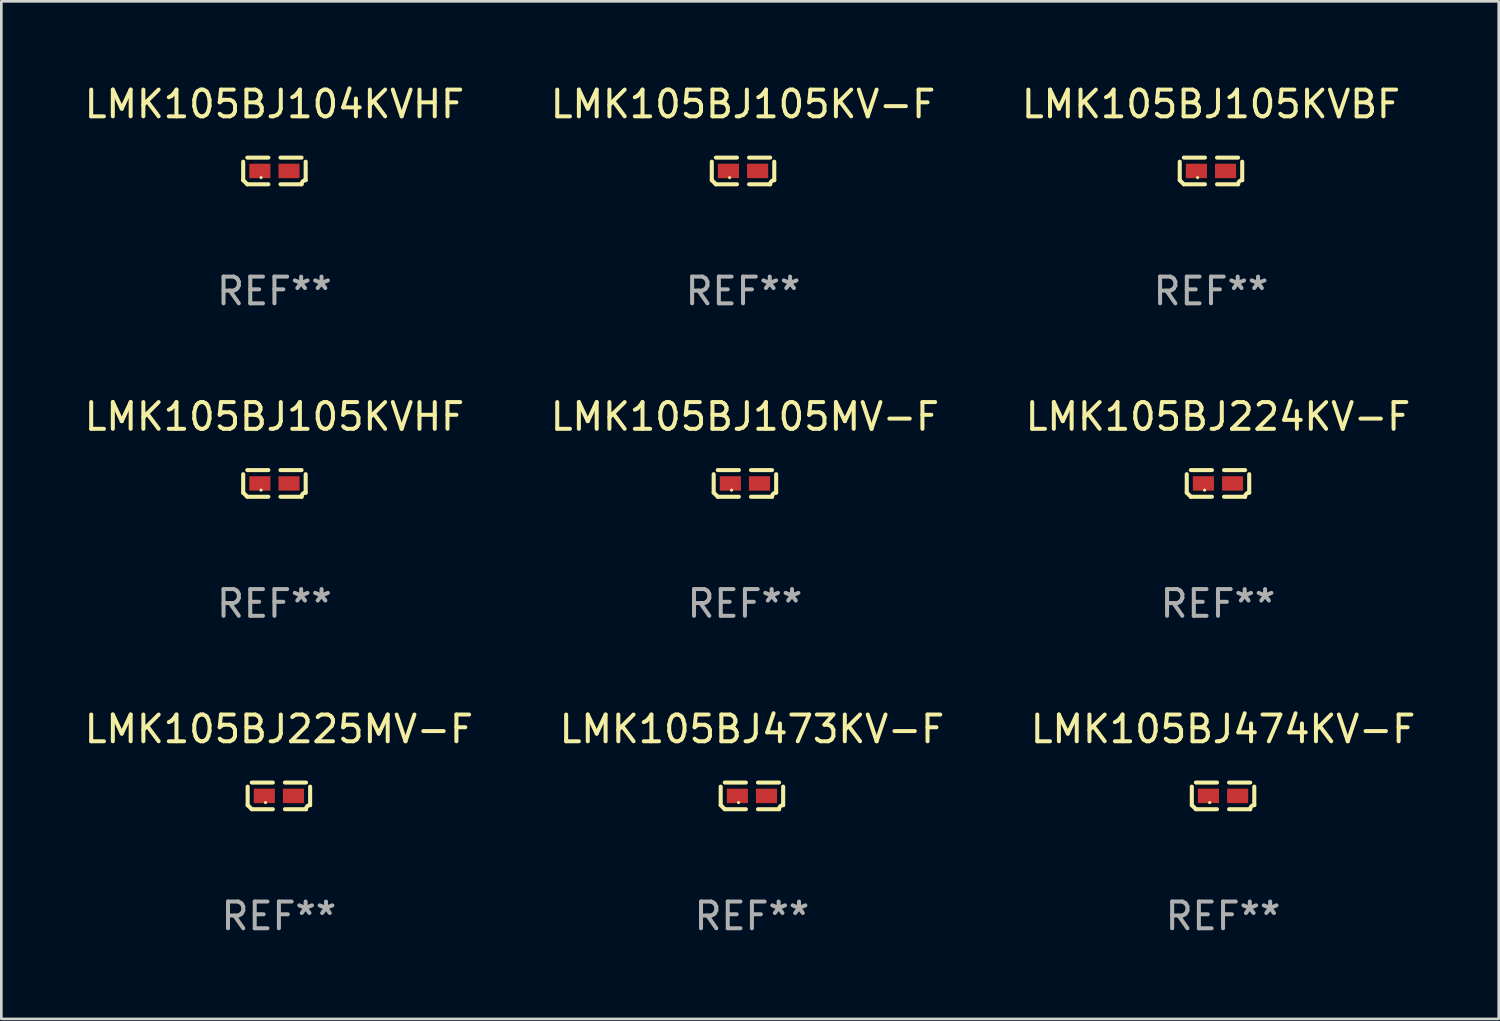
<source format=kicad_pcb>
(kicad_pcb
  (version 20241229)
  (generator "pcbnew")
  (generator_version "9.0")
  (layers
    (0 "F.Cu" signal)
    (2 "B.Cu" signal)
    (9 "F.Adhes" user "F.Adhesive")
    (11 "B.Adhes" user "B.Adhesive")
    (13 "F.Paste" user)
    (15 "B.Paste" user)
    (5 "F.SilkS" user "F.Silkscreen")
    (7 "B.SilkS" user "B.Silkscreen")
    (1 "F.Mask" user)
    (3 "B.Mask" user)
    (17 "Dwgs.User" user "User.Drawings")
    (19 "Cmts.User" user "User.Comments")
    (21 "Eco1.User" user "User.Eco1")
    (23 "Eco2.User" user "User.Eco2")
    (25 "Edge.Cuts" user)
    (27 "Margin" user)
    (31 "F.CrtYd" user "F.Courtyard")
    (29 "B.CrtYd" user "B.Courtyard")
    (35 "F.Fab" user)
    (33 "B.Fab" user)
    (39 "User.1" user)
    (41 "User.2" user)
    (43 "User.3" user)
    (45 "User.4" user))
  (footprint "LMK105BJ105KVBF"
    (layer "F.Cu")
    (at 42.268 3.347)
    (property "Reference" "LMK105BJ105KVBF" (at 0 -2.499 0) (layer "F.SilkS") (effects (font (size 1 1) (thickness 0.15))))
    (attr through_hole)
    (fp_line (start -1.169 0.346) (end -1.169 -0.346) (stroke (width 0.152) (type solid)) (layer "F.SilkS"))
    (fp_line (start -1.016 -0.499) (end -0.226 -0.499) (stroke (width 0.152) (type solid)) (layer "F.SilkS"))
    (fp_line (start -0.226 0.499) (end -1.016 0.499) (stroke (width 0.152) (type solid)) (layer "F.SilkS"))
    (fp_line (start 0.226 0.499) (end 1.016 0.499) (stroke (width 0.152) (type solid)) (layer "F.SilkS"))
    (fp_line (start 1.016 -0.499) (end 0.226 -0.499) (stroke (width 0.152) (type solid)) (layer "F.SilkS"))
    (fp_line (start 1.169 0.346) (end 1.169 -0.346) (stroke (width 0.152) (type solid)) (layer "F.SilkS"))
    (fp_arc (start -1.016307 0.498603) (mid -1.092512 0.422405) (end -1.16871 0.3462) (stroke (width 0.1524) (type solid)) (layer "F.SilkS"))
    (fp_arc (start 1.016307 0.498603) (mid 1.060899 0.390758) (end 1.168707 0.346076) (stroke (width 0.1524) (type solid)) (layer "F.SilkS"))
    (fp_circle (center -0.5 0.25) (end -0.47 0.25) (stroke (width 0.06) (type solid)) (fill no) (layer "F.SilkS"))
    (fp_text user "REF**" (at 0 4.499 0) (layer "F.Fab") (effects (font (size 1 1) (thickness 0.15))))
    (pad "1" smd rect (at -0.545 0) (size 0.79 0.54) (layers "F.Cu" "F.Mask" "F.Paste"))
    (pad "2" smd rect (at 0.545 0) (size 0.79 0.54) (layers "F.Cu" "F.Mask" "F.Paste")))
  (footprint "LMK105BJ473KV-F"
    (layer "F.Cu")
    (at 25.089 26.734)
    (property "Reference" "LMK105BJ473KV-F" (at 0 -2.499 0) (layer "F.SilkS") (effects (font (size 1 1) (thickness 0.15))))
    (attr through_hole)
    (fp_line (start -1.169 0.346) (end -1.169 -0.346) (stroke (width 0.152) (type solid)) (layer "F.SilkS"))
    (fp_line (start -1.016 -0.499) (end -0.226 -0.499) (stroke (width 0.152) (type solid)) (layer "F.SilkS"))
    (fp_line (start -0.226 0.499) (end -1.016 0.499) (stroke (width 0.152) (type solid)) (layer "F.SilkS"))
    (fp_line (start 0.226 0.499) (end 1.016 0.499) (stroke (width 0.152) (type solid)) (layer "F.SilkS"))
    (fp_line (start 1.016 -0.499) (end 0.226 -0.499) (stroke (width 0.152) (type solid)) (layer "F.SilkS"))
    (fp_line (start 1.169 0.346) (end 1.169 -0.346) (stroke (width 0.152) (type solid)) (layer "F.SilkS"))
    (fp_arc (start -1.016307 0.498603) (mid -1.092512 0.422405) (end -1.16871 0.3462) (stroke (width 0.1524) (type solid)) (layer "F.SilkS"))
    (fp_arc (start 1.016307 0.498603) (mid 1.060899 0.390758) (end 1.168707 0.346076) (stroke (width 0.1524) (type solid)) (layer "F.SilkS"))
    (fp_circle (center -0.5 0.25) (end -0.47 0.25) (stroke (width 0.06) (type solid)) (fill no) (layer "F.SilkS"))
    (fp_text user "REF**" (at 0 4.499 0) (layer "F.Fab") (effects (font (size 1 1) (thickness 0.15))))
    (pad "1" smd rect (at -0.545 0) (size 0.79 0.54) (layers "F.Cu" "F.Mask" "F.Paste"))
    (pad "2" smd rect (at 0.545 0) (size 0.79 0.54) (layers "F.Cu" "F.Mask" "F.Paste")))
  (footprint "LMK105BJ224KV-F"
    (layer "F.Cu")
    (at 42.53 15.041)
    (property "Reference" "LMK105BJ224KV-F" (at 0 -2.499 0) (layer "F.SilkS") (effects (font (size 1 1) (thickness 0.15))))
    (attr through_hole)
    (fp_line (start -1.169 0.346) (end -1.169 -0.346) (stroke (width 0.152) (type solid)) (layer "F.SilkS"))
    (fp_line (start -1.016 -0.499) (end -0.226 -0.499) (stroke (width 0.152) (type solid)) (layer "F.SilkS"))
    (fp_line (start -0.226 0.499) (end -1.016 0.499) (stroke (width 0.152) (type solid)) (layer "F.SilkS"))
    (fp_line (start 0.226 0.499) (end 1.016 0.499) (stroke (width 0.152) (type solid)) (layer "F.SilkS"))
    (fp_line (start 1.016 -0.499) (end 0.226 -0.499) (stroke (width 0.152) (type solid)) (layer "F.SilkS"))
    (fp_line (start 1.169 0.346) (end 1.169 -0.346) (stroke (width 0.152) (type solid)) (layer "F.SilkS"))
    (fp_arc (start -1.016307 0.498603) (mid -1.092512 0.422405) (end -1.16871 0.3462) (stroke (width 0.1524) (type solid)) (layer "F.SilkS"))
    (fp_arc (start 1.016307 0.498603) (mid 1.060899 0.390758) (end 1.168707 0.346076) (stroke (width 0.1524) (type solid)) (layer "F.SilkS"))
    (fp_circle (center -0.5 0.25) (end -0.47 0.25) (stroke (width 0.06) (type solid)) (fill no) (layer "F.SilkS"))
    (fp_text user "REF**" (at 0 4.499 0) (layer "F.Fab") (effects (font (size 1 1) (thickness 0.15))))
    (pad "1" smd rect (at -0.545 0) (size 0.79 0.54) (layers "F.Cu" "F.Mask" "F.Paste"))
    (pad "2" smd rect (at 0.545 0) (size 0.79 0.54) (layers "F.Cu" "F.Mask" "F.Paste")))
  (footprint "LMK105BJ105KV-F"
    (layer "F.Cu")
    (at 24.756 3.347)
    (property "Reference" "LMK105BJ105KV-F" (at 0 -2.499 0) (layer "F.SilkS") (effects (font (size 1 1) (thickness 0.15))))
    (attr through_hole)
    (fp_line (start -1.169 0.346) (end -1.169 -0.346) (stroke (width 0.152) (type solid)) (layer "F.SilkS"))
    (fp_line (start -1.016 -0.499) (end -0.226 -0.499) (stroke (width 0.152) (type solid)) (layer "F.SilkS"))
    (fp_line (start -0.226 0.499) (end -1.016 0.499) (stroke (width 0.152) (type solid)) (layer "F.SilkS"))
    (fp_line (start 0.226 0.499) (end 1.016 0.499) (stroke (width 0.152) (type solid)) (layer "F.SilkS"))
    (fp_line (start 1.016 -0.499) (end 0.226 -0.499) (stroke (width 0.152) (type solid)) (layer "F.SilkS"))
    (fp_line (start 1.169 0.346) (end 1.169 -0.346) (stroke (width 0.152) (type solid)) (layer "F.SilkS"))
    (fp_arc (start -1.016307 0.498603) (mid -1.092512 0.422405) (end -1.16871 0.3462) (stroke (width 0.1524) (type solid)) (layer "F.SilkS"))
    (fp_arc (start 1.016307 0.498603) (mid 1.060899 0.390758) (end 1.168707 0.346076) (stroke (width 0.1524) (type solid)) (layer "F.SilkS"))
    (fp_circle (center -0.5 0.25) (end -0.47 0.25) (stroke (width 0.06) (type solid)) (fill no) (layer "F.SilkS"))
    (fp_text user "REF**" (at 0 4.499 0) (layer "F.Fab") (effects (font (size 1 1) (thickness 0.15))))
    (pad "1" smd rect (at -0.545 0) (size 0.79 0.54) (layers "F.Cu" "F.Mask" "F.Paste"))
    (pad "2" smd rect (at 0.545 0) (size 0.79 0.54) (layers "F.Cu" "F.Mask" "F.Paste")))
  (footprint "LMK105BJ225MV-F"
    (layer "F.Cu")
    (at 7.387 26.734)
    (property "Reference" "LMK105BJ225MV-F" (at 0 -2.499 0) (layer "F.SilkS") (effects (font (size 1 1) (thickness 0.15))))
    (attr through_hole)
    (fp_line (start -1.169 0.346) (end -1.169 -0.346) (stroke (width 0.152) (type solid)) (layer "F.SilkS"))
    (fp_line (start -1.016 -0.499) (end -0.226 -0.499) (stroke (width 0.152) (type solid)) (layer "F.SilkS"))
    (fp_line (start -0.226 0.499) (end -1.016 0.499) (stroke (width 0.152) (type solid)) (layer "F.SilkS"))
    (fp_line (start 0.226 0.499) (end 1.016 0.499) (stroke (width 0.152) (type solid)) (layer "F.SilkS"))
    (fp_line (start 1.016 -0.499) (end 0.226 -0.499) (stroke (width 0.152) (type solid)) (layer "F.SilkS"))
    (fp_line (start 1.169 0.346) (end 1.169 -0.346) (stroke (width 0.152) (type solid)) (layer "F.SilkS"))
    (fp_arc (start -1.016307 0.498603) (mid -1.092512 0.422405) (end -1.16871 0.3462) (stroke (width 0.1524) (type solid)) (layer "F.SilkS"))
    (fp_arc (start 1.016307 0.498603) (mid 1.060899 0.390758) (end 1.168707 0.346076) (stroke (width 0.1524) (type solid)) (layer "F.SilkS"))
    (fp_circle (center -0.5 0.25) (end -0.47 0.25) (stroke (width 0.06) (type solid)) (fill no) (layer "F.SilkS"))
    (fp_text user "REF**" (at 0 4.499 0) (layer "F.Fab") (effects (font (size 1 1) (thickness 0.15))))
    (pad "1" smd rect (at -0.545 0) (size 0.79 0.54) (layers "F.Cu" "F.Mask" "F.Paste"))
    (pad "2" smd rect (at 0.545 0) (size 0.79 0.54) (layers "F.Cu" "F.Mask" "F.Paste")))
  (footprint "LMK105BJ105MV-F"
    (layer "F.Cu")
    (at 24.827 15.041)
    (property "Reference" "LMK105BJ105MV-F" (at 0 -2.499 0) (layer "F.SilkS") (effects (font (size 1 1) (thickness 0.15))))
    (attr through_hole)
    (fp_line (start -1.169 0.346) (end -1.169 -0.346) (stroke (width 0.152) (type solid)) (layer "F.SilkS"))
    (fp_line (start -1.016 -0.499) (end -0.226 -0.499) (stroke (width 0.152) (type solid)) (layer "F.SilkS"))
    (fp_line (start -0.226 0.499) (end -1.016 0.499) (stroke (width 0.152) (type solid)) (layer "F.SilkS"))
    (fp_line (start 0.226 0.499) (end 1.016 0.499) (stroke (width 0.152) (type solid)) (layer "F.SilkS"))
    (fp_line (start 1.016 -0.499) (end 0.226 -0.499) (stroke (width 0.152) (type solid)) (layer "F.SilkS"))
    (fp_line (start 1.169 0.346) (end 1.169 -0.346) (stroke (width 0.152) (type solid)) (layer "F.SilkS"))
    (fp_arc (start -1.016307 0.498603) (mid -1.092512 0.422405) (end -1.16871 0.3462) (stroke (width 0.1524) (type solid)) (layer "F.SilkS"))
    (fp_arc (start 1.016307 0.498603) (mid 1.060899 0.390758) (end 1.168707 0.346076) (stroke (width 0.1524) (type solid)) (layer "F.SilkS"))
    (fp_circle (center -0.5 0.25) (end -0.47 0.25) (stroke (width 0.06) (type solid)) (fill no) (layer "F.SilkS"))
    (fp_text user "REF**" (at 0 4.499 0) (layer "F.Fab") (effects (font (size 1 1) (thickness 0.15))))
    (pad "1" smd rect (at -0.545 0) (size 0.79 0.54) (layers "F.Cu" "F.Mask" "F.Paste"))
    (pad "2" smd rect (at 0.545 0) (size 0.79 0.54) (layers "F.Cu" "F.Mask" "F.Paste")))
  (footprint "LMK105BJ105KVHF"
    (layer "F.Cu")
    (at 7.22 15.041)
    (property "Reference" "LMK105BJ105KVHF" (at 0 -2.499 0) (layer "F.SilkS") (effects (font (size 1 1) (thickness 0.15))))
    (attr through_hole)
    (fp_line (start -1.169 0.346) (end -1.169 -0.346) (stroke (width 0.152) (type solid)) (layer "F.SilkS"))
    (fp_line (start -1.016 -0.499) (end -0.226 -0.499) (stroke (width 0.152) (type solid)) (layer "F.SilkS"))
    (fp_line (start -0.226 0.499) (end -1.016 0.499) (stroke (width 0.152) (type solid)) (layer "F.SilkS"))
    (fp_line (start 0.226 0.499) (end 1.016 0.499) (stroke (width 0.152) (type solid)) (layer "F.SilkS"))
    (fp_line (start 1.016 -0.499) (end 0.226 -0.499) (stroke (width 0.152) (type solid)) (layer "F.SilkS"))
    (fp_line (start 1.169 0.346) (end 1.169 -0.346) (stroke (width 0.152) (type solid)) (layer "F.SilkS"))
    (fp_arc (start -1.016307 0.498603) (mid -1.092512 0.422405) (end -1.16871 0.3462) (stroke (width 0.1524) (type solid)) (layer "F.SilkS"))
    (fp_arc (start 1.016307 0.498603) (mid 1.060899 0.390758) (end 1.168707 0.346076) (stroke (width 0.1524) (type solid)) (layer "F.SilkS"))
    (fp_circle (center -0.5 0.25) (end -0.47 0.25) (stroke (width 0.06) (type solid)) (fill no) (layer "F.SilkS"))
    (fp_text user "REF**" (at 0 4.499 0) (layer "F.Fab") (effects (font (size 1 1) (thickness 0.15))))
    (pad "1" smd rect (at -0.545 0) (size 0.79 0.54) (layers "F.Cu" "F.Mask" "F.Paste"))
    (pad "2" smd rect (at 0.545 0) (size 0.79 0.54) (layers "F.Cu" "F.Mask" "F.Paste")))
  (footprint "LMK105BJ104KVHF"
    (layer "F.Cu")
    (at 7.22 3.347)
    (property "Reference" "LMK105BJ104KVHF" (at 0 -2.499 0) (layer "F.SilkS") (effects (font (size 1 1) (thickness 0.15))))
    (attr through_hole)
    (fp_line (start -1.169 0.346) (end -1.169 -0.346) (stroke (width 0.152) (type solid)) (layer "F.SilkS"))
    (fp_line (start -1.016 -0.499) (end -0.226 -0.499) (stroke (width 0.152) (type solid)) (layer "F.SilkS"))
    (fp_line (start -0.226 0.499) (end -1.016 0.499) (stroke (width 0.152) (type solid)) (layer "F.SilkS"))
    (fp_line (start 0.226 0.499) (end 1.016 0.499) (stroke (width 0.152) (type solid)) (layer "F.SilkS"))
    (fp_line (start 1.016 -0.499) (end 0.226 -0.499) (stroke (width 0.152) (type solid)) (layer "F.SilkS"))
    (fp_line (start 1.169 0.346) (end 1.169 -0.346) (stroke (width 0.152) (type solid)) (layer "F.SilkS"))
    (fp_arc (start -1.016307 0.498603) (mid -1.092512 0.422405) (end -1.16871 0.3462) (stroke (width 0.1524) (type solid)) (layer "F.SilkS"))
    (fp_arc (start 1.016307 0.498603) (mid 1.060899 0.390758) (end 1.168707 0.346076) (stroke (width 0.1524) (type solid)) (layer "F.SilkS"))
    (fp_circle (center -0.5 0.25) (end -0.47 0.25) (stroke (width 0.06) (type solid)) (fill no) (layer "F.SilkS"))
    (fp_text user "REF**" (at 0 4.499 0) (layer "F.Fab") (effects (font (size 1 1) (thickness 0.15))))
    (pad "1" smd rect (at -0.545 0) (size 0.79 0.54) (layers "F.Cu" "F.Mask" "F.Paste"))
    (pad "2" smd rect (at 0.545 0) (size 0.79 0.54) (layers "F.Cu" "F.Mask" "F.Paste")))
  (footprint "LMK105BJ474KV-F"
    (layer "F.Cu")
    (at 42.72 26.734)
    (property "Reference" "LMK105BJ474KV-F" (at 0 -2.499 0) (layer "F.SilkS") (effects (font (size 1 1) (thickness 0.15))))
    (attr through_hole)
    (fp_line (start -1.169 0.346) (end -1.169 -0.346) (stroke (width 0.152) (type solid)) (layer "F.SilkS"))
    (fp_line (start -1.016 -0.499) (end -0.226 -0.499) (stroke (width 0.152) (type solid)) (layer "F.SilkS"))
    (fp_line (start -0.226 0.499) (end -1.016 0.499) (stroke (width 0.152) (type solid)) (layer "F.SilkS"))
    (fp_line (start 0.226 0.499) (end 1.016 0.499) (stroke (width 0.152) (type solid)) (layer "F.SilkS"))
    (fp_line (start 1.016 -0.499) (end 0.226 -0.499) (stroke (width 0.152) (type solid)) (layer "F.SilkS"))
    (fp_line (start 1.169 0.346) (end 1.169 -0.346) (stroke (width 0.152) (type solid)) (layer "F.SilkS"))
    (fp_arc (start -1.016307 0.498603) (mid -1.092512 0.422405) (end -1.16871 0.3462) (stroke (width 0.1524) (type solid)) (layer "F.SilkS"))
    (fp_arc (start 1.016307 0.498603) (mid 1.060899 0.390758) (end 1.168707 0.346076) (stroke (width 0.1524) (type solid)) (layer "F.SilkS"))
    (fp_circle (center -0.5 0.25) (end -0.47 0.25) (stroke (width 0.06) (type solid)) (fill no) (layer "F.SilkS"))
    (fp_text user "REF**" (at 0 4.499 0) (layer "F.Fab") (effects (font (size 1 1) (thickness 0.15))))
    (pad "1" smd rect (at -0.545 0) (size 0.79 0.54) (layers "F.Cu" "F.Mask" "F.Paste"))
    (pad "2" smd rect (at 0.545 0) (size 0.79 0.54) (layers "F.Cu" "F.Mask" "F.Paste")))
  (gr_rect
    (start -3 -3)
    (end 53.036 35.081)
    (stroke (width 0.1) (type default))
    (fill no)
    (layer "Edge.Cuts")))
</source>
